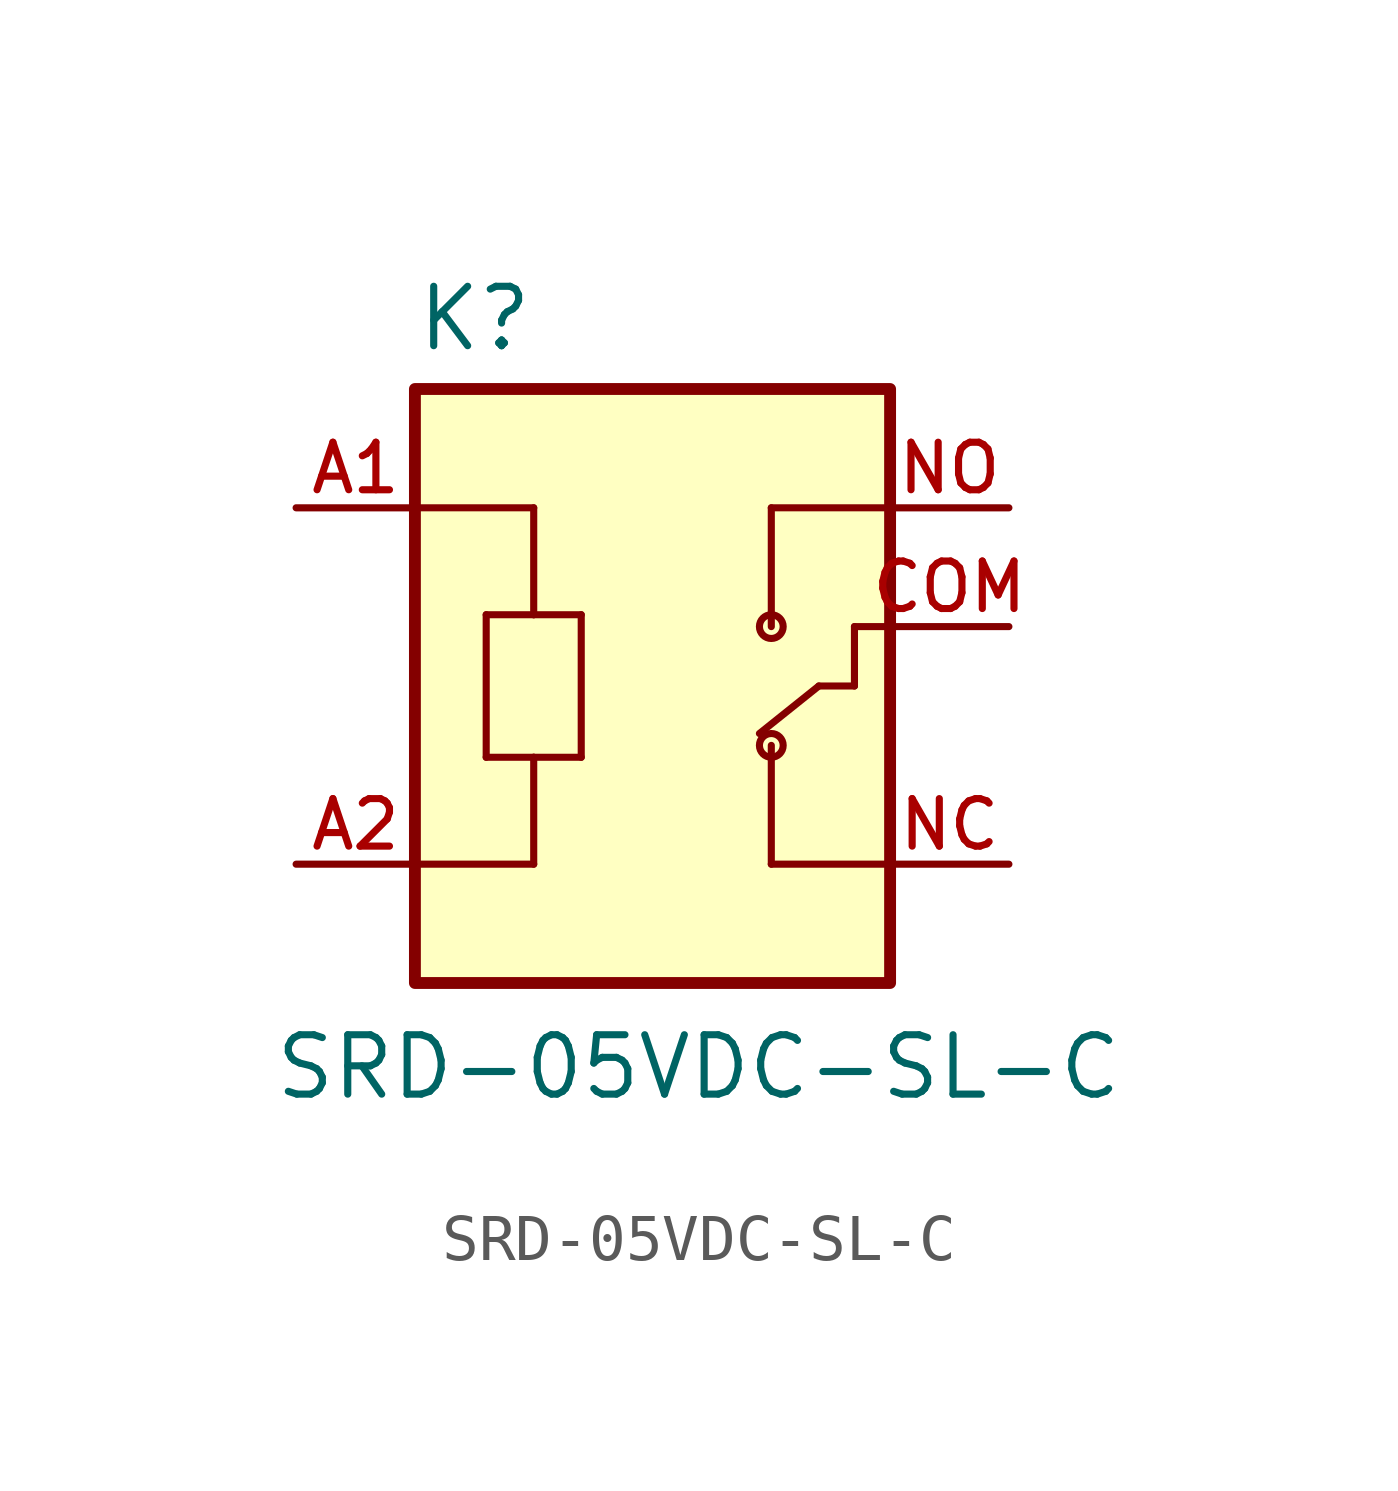
<source format=kicad_sym>
(kicad_symbol_lib
  (version 20231120)
  (generator "kicad_symbol_editor")
  (generator_version "8.0")
  (symbol "SRD-05VDC-SL-C"
    (pin_names
      (offset 1.016))
    (property "Reference" "K"
      (at -5.081 5.843 0)
      (effects (font (size 1.27 1.27)) (justify left bottom)))
    (property "Value" "SRD-05VDC-SL-C"
      (at -8.128 -10.16 0)
      (effects (font (size 1.27 1.27)) (justify left bottom)))
    (symbol "SRD-05VDC-SL-C_0_0"
      (rectangle (start -5.08 -7.62) (end 5.08 5.08) (stroke (width 0.254) (type default)) (fill (type background)))
      (polyline (pts (xy -5.08 2.54) (xy -2.54 2.54)) (stroke (width 0.152) (type default)) (fill (type none)))
      (polyline (pts (xy -3.556 -2.794) (xy -2.54 -2.794)) (stroke (width 0.152) (type default)) (fill (type none)))
      (polyline (pts (xy -3.556 0.254) (xy -3.556 -2.794)) (stroke (width 0.152) (type default)) (fill (type none)))
      (polyline (pts (xy -2.54 -5.08) (xy -5.08 -5.08)) (stroke (width 0.152) (type default)) (fill (type none)))
      (polyline (pts (xy -2.54 -2.794) (xy -2.54 -5.08)) (stroke (width 0.152) (type default)) (fill (type none)))
      (polyline (pts (xy -2.54 -2.794) (xy -1.524 -2.794)) (stroke (width 0.152) (type default)) (fill (type none)))
      (polyline (pts (xy -2.54 0.254) (xy -3.556 0.254)) (stroke (width 0.152) (type default)) (fill (type none)))
      (polyline (pts (xy -2.54 2.54) (xy -2.54 0.254)) (stroke (width 0.152) (type default)) (fill (type none)))
      (polyline (pts (xy -1.524 -2.794) (xy -1.524 0.254)) (stroke (width 0.152) (type default)) (fill (type none)))
      (polyline (pts (xy -1.524 0.254) (xy -2.54 0.254)) (stroke (width 0.152) (type default)) (fill (type none)))
      (polyline (pts (xy 2.54 -5.08) (xy 5.08 -5.08)) (stroke (width 0.152) (type default)) (fill (type none)))
      (polyline (pts (xy 2.54 -2.54) (xy 2.54 -5.08)) (stroke (width 0.152) (type default)) (fill (type none)))
      (polyline (pts (xy 2.54 2.54) (xy 2.54 0)) (stroke (width 0.152) (type default)) (fill (type none)))
      (polyline (pts (xy 3.556 -1.27) (xy 2.286 -2.286)) (stroke (width 0.152) (type default)) (fill (type none)))
      (polyline (pts (xy 3.556 -1.27) (xy 4.318 -1.27)) (stroke (width 0.152) (type default)) (fill (type none)))
      (polyline (pts (xy 4.318 -1.27) (xy 4.318 0)) (stroke (width 0.152) (type default)) (fill (type none)))
      (polyline (pts (xy 4.318 0) (xy 5.08 0)) (stroke (width 0.152) (type default)) (fill (type none)))
      (polyline (pts (xy 5.08 2.54) (xy 2.54 2.54)) (stroke (width 0.152) (type default)) (fill (type none)))
      (circle (center 2.54 -2.54) (radius 0.254) (stroke (width 0.152) (type default)) (fill (type none)))
      (circle (center 2.54 0) (radius 0.254) (stroke (width 0.152) (type default)) (fill (type none)))
      (pin passive line (at -7.62 2.54 0) (length 2.54) (name "~" (effects (font (size 1.016 1.016)))) (number "A1" (effects (font (size 1.016 1.016)))))
      (pin passive line (at -7.62 -5.08 0) (length 2.54) (name "~" (effects (font (size 1.016 1.016)))) (number "A2" (effects (font (size 1.016 1.016)))))
      (pin passive line (at 7.62 0 180) (length 2.54) (name "~" (effects (font (size 1.016 1.016)))) (number "COM" (effects (font (size 1.016 1.016)))))
      (pin passive line (at 7.62 -5.08 180) (length 2.54) (name "~" (effects (font (size 1.016 1.016)))) (number "NC" (effects (font (size 1.016 1.016)))))
      (pin passive line (at 7.62 2.54 180) (length 2.54) (name "~" (effects (font (size 1.016 1.016)))) (number "NO" (effects (font (size 1.016 1.016))))))))
</source>
